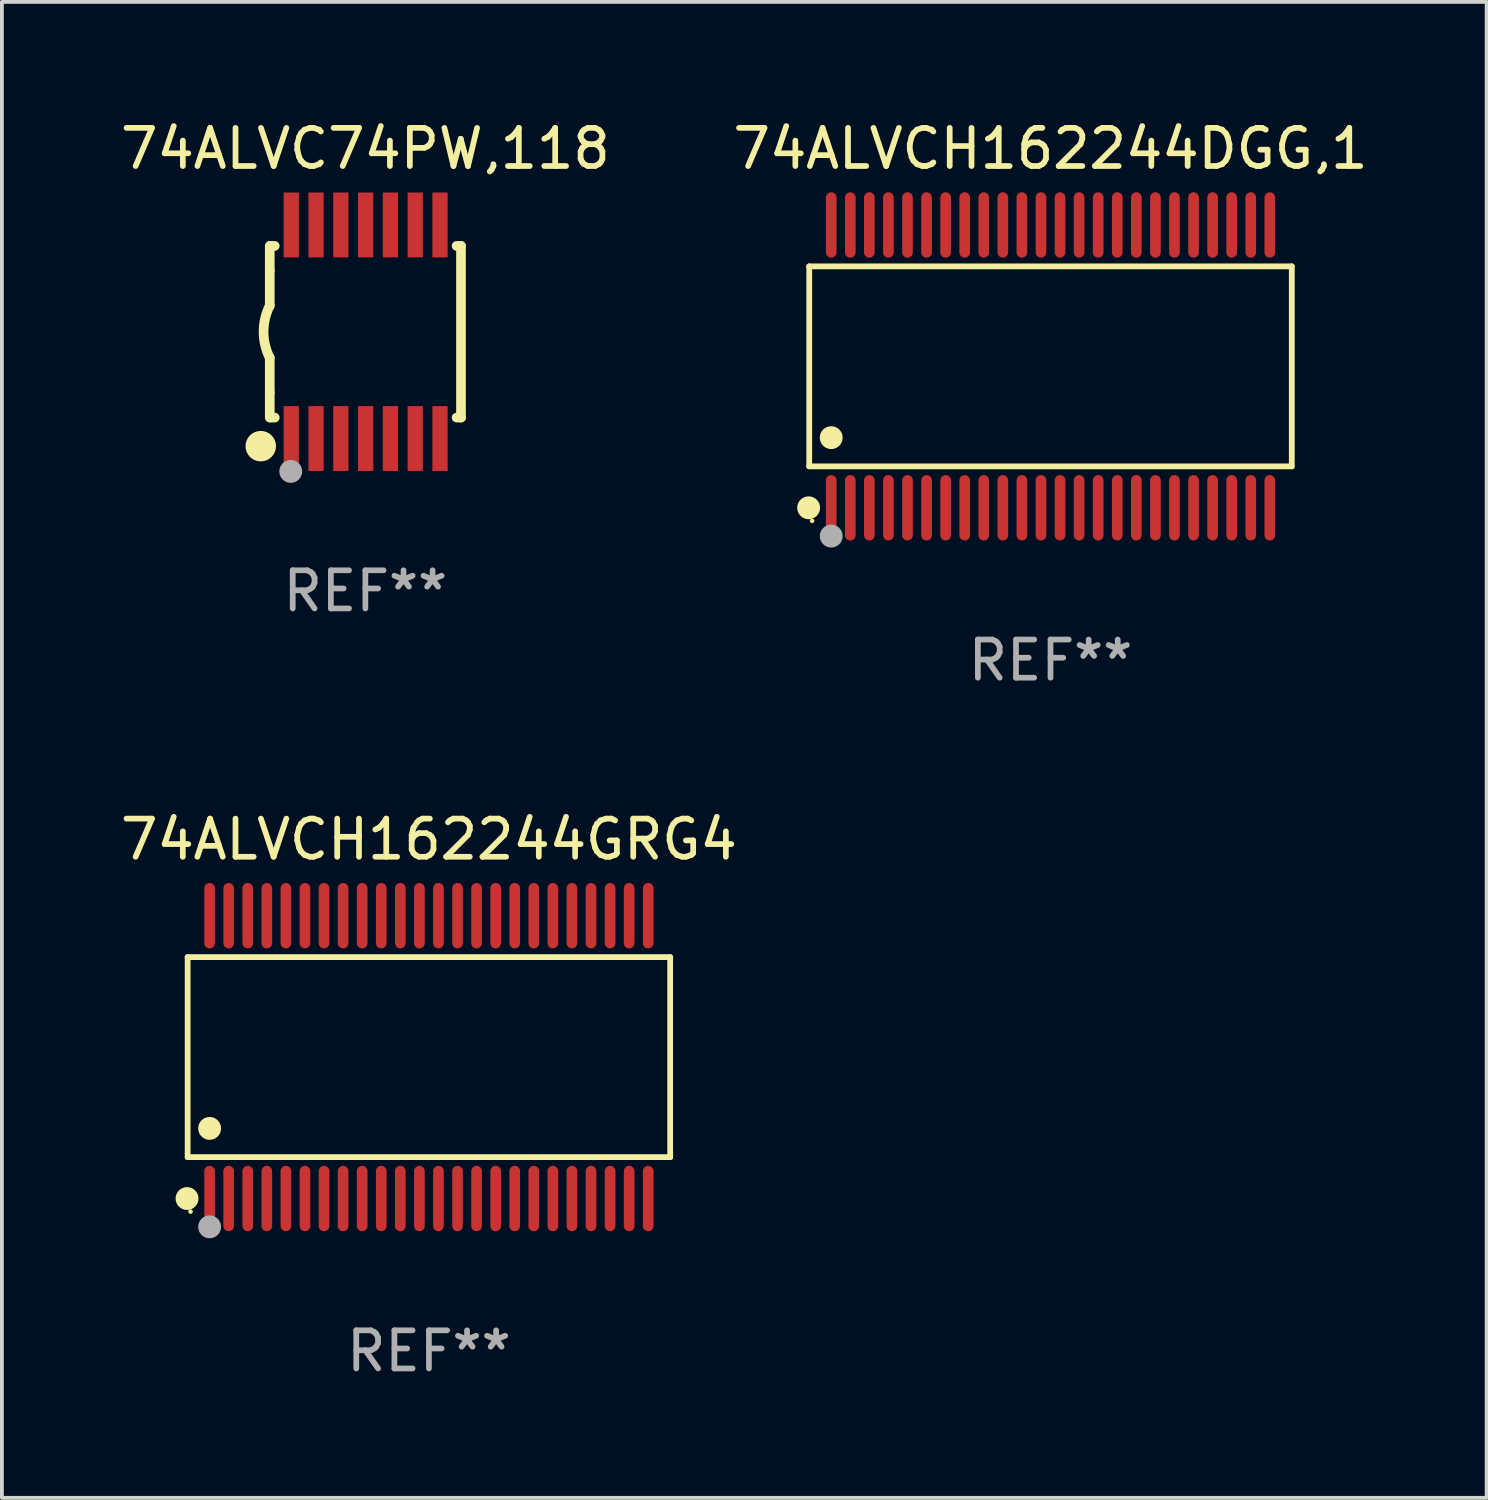
<source format=kicad_pcb>
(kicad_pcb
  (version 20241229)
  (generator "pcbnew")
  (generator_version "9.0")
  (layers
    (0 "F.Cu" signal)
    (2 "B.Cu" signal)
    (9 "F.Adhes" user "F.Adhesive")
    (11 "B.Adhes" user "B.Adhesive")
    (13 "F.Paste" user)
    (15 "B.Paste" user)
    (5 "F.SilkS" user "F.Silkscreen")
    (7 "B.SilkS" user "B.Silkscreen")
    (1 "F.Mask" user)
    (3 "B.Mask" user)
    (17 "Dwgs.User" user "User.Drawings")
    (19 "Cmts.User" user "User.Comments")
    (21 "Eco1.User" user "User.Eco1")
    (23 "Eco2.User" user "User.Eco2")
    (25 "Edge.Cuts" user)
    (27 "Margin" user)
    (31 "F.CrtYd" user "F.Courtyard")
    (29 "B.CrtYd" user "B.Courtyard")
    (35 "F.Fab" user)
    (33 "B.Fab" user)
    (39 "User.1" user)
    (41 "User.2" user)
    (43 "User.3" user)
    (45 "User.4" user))
  (footprint "74ALVC74PW,118"
    (layer "F.Cu")
    (at 6.53 5.648)
    (property "Reference" "74ALVC74PW,118" (at 0 -4.8 0) (layer "F.SilkS") (effects (font (size 1 1) (thickness 0.15))))
    (attr through_hole)
    (fp_line (start -2.507 -1.6) (end -2.507 -2.25) (stroke (width 0.254) (type solid)) (layer "F.SilkS"))
    (fp_line (start -2.507 -0.686) (end -2.507 -1.6) (stroke (width 0.254) (type solid)) (layer "F.SilkS"))
    (fp_line (start -2.507 1.6) (end -2.507 0.686) (stroke (width 0.254) (type solid)) (layer "F.SilkS"))
    (fp_line (start -2.507 1.6) (end -2.507 2.25) (stroke (width 0.254) (type solid)) (layer "F.SilkS"))
    (fp_line (start -2.493 -2.25) (end -2.377 -2.25) (stroke (width 0.254) (type solid)) (layer "F.SilkS"))
    (fp_line (start -2.377 2.25) (end -2.493 2.25) (stroke (width 0.254) (type solid)) (layer "F.SilkS"))
    (fp_line (start 2.392 -2.25) (end 2.507 -2.25) (stroke (width 0.254) (type solid)) (layer "F.SilkS"))
    (fp_line (start 2.507 -2.25) (end 2.507 2.25) (stroke (width 0.254) (type solid)) (layer "F.SilkS"))
    (fp_line (start 2.507 2.25) (end 2.392 2.25) (stroke (width 0.254) (type solid)) (layer "F.SilkS"))
    (fp_arc (start -2.507303 0.685802) (mid -2.669199 0) (end -2.507303 -0.685801) (stroke (width 0.254001) (type solid)) (layer "F.SilkS"))
    (fp_circle (center -2.743 3) (end -2.543 3) (stroke (width 0.4) (type solid)) (fill no) (layer "F.SilkS"))
    (fp_circle (center -2.493 3.2) (end -2.463 3.2) (stroke (width 0.06) (type solid)) (fill no) (layer "F.SilkS"))
    (fp_circle (center -1.957 3.662) (end -1.807 3.662) (stroke (width 0.3) (type solid)) (fill no) (layer "F.Fab"))
    (fp_text user "REF**" (at 0 6.8 0) (layer "F.Fab") (effects (font (size 1 1) (thickness 0.15))))
    (pad "1" smd rect (at -1.943 2.8) (size 0.4 1.7) (layers "F.Cu" "F.Mask" "F.Paste"))
    (pad "2" smd rect (at -1.293 2.8) (size 0.4 1.7) (layers "F.Cu" "F.Mask" "F.Paste"))
    (pad "3" smd rect (at -0.643 2.8) (size 0.4 1.7) (layers "F.Cu" "F.Mask" "F.Paste"))
    (pad "4" smd rect (at 0.007 2.8) (size 0.4 1.7) (layers "F.Cu" "F.Mask" "F.Paste"))
    (pad "5" smd rect (at 0.657 2.8) (size 0.4 1.7) (layers "F.Cu" "F.Mask" "F.Paste"))
    (pad "6" smd rect (at 1.307 2.8) (size 0.4 1.7) (layers "F.Cu" "F.Mask" "F.Paste"))
    (pad "7" smd rect (at 1.957 2.8) (size 0.4 1.7) (layers "F.Cu" "F.Mask" "F.Paste"))
    (pad "8" smd rect (at 1.957 -2.8) (size 0.4 1.7) (layers "F.Cu" "F.Mask" "F.Paste"))
    (pad "9" smd rect (at 1.307 -2.8) (size 0.4 1.7) (layers "F.Cu" "F.Mask" "F.Paste"))
    (pad "10" smd rect (at 0.657 -2.8) (size 0.4 1.7) (layers "F.Cu" "F.Mask" "F.Paste"))
    (pad "11" smd rect (at 0.007 -2.8) (size 0.4 1.7) (layers "F.Cu" "F.Mask" "F.Paste"))
    (pad "12" smd rect (at -0.643 -2.8) (size 0.4 1.7) (layers "F.Cu" "F.Mask" "F.Paste"))
    (pad "13" smd rect (at -1.293 -2.8) (size 0.4 1.7) (layers "F.Cu" "F.Mask" "F.Paste"))
    (pad "14" smd rect (at -1.943 -2.8) (size 0.4 1.7) (layers "F.Cu" "F.Mask" "F.Paste")))
  (footprint "74ALVCH162244GRG4"
    (layer "F.Cu")
    (at 8.196 24.667)
    (property "Reference" "74ALVCH162244GRG4" (at 0 -5.708 0) (layer "F.SilkS") (effects (font (size 1 1) (thickness 0.15))))
    (attr through_hole)
    (fp_line (start -6.326 -2.622) (end 6.326 -2.622) (stroke (width 0.152) (type solid)) (layer "F.SilkS"))
    (fp_line (start -6.326 2.621) (end -6.326 -2.622) (stroke (width 0.152) (type solid)) (layer "F.SilkS"))
    (fp_line (start 6.326 -2.622) (end 6.326 2.621) (stroke (width 0.152) (type solid)) (layer "F.SilkS"))
    (fp_line (start 6.326 2.621) (end -6.326 2.621) (stroke (width 0.152) (type solid)) (layer "F.SilkS"))
    (fp_circle (center -6.342 3.708) (end -6.192 3.708) (stroke (width 0.3) (type solid)) (fill no) (layer "F.SilkS"))
    (fp_circle (center -6.25 4.05) (end -6.22 4.05) (stroke (width 0.06) (type solid)) (fill no) (layer "F.SilkS"))
    (fp_circle (center -5.75 1.869) (end -5.6 1.869) (stroke (width 0.3) (type solid)) (fill no) (layer "F.SilkS"))
    (fp_circle (center -5.75 4.45) (end -5.6 4.45) (stroke (width 0.3) (type solid)) (fill no) (layer "F.Fab"))
    (fp_text user "REF**" (at 0 7.708 0) (layer "F.Fab") (effects (font (size 1 1) (thickness 0.15))))
    (pad "1" smd oval (at -5.75 3.708) (size 0.28 1.715) (layers "F.Cu" "F.Mask" "F.Paste"))
    (pad "2" smd oval (at -5.25 3.708) (size 0.28 1.715) (layers "F.Cu" "F.Mask" "F.Paste"))
    (pad "3" smd oval (at -4.75 3.708) (size 0.28 1.715) (layers "F.Cu" "F.Mask" "F.Paste"))
    (pad "4" smd oval (at -4.25 3.708) (size 0.28 1.715) (layers "F.Cu" "F.Mask" "F.Paste"))
    (pad "5" smd oval (at -3.75 3.708) (size 0.28 1.715) (layers "F.Cu" "F.Mask" "F.Paste"))
    (pad "6" smd oval (at -3.25 3.708) (size 0.28 1.715) (layers "F.Cu" "F.Mask" "F.Paste"))
    (pad "7" smd oval (at -2.75 3.708) (size 0.28 1.715) (layers "F.Cu" "F.Mask" "F.Paste"))
    (pad "8" smd oval (at -2.25 3.708) (size 0.28 1.715) (layers "F.Cu" "F.Mask" "F.Paste"))
    (pad "9" smd oval (at -1.75 3.708) (size 0.28 1.715) (layers "F.Cu" "F.Mask" "F.Paste"))
    (pad "10" smd oval (at -1.25 3.708) (size 0.28 1.715) (layers "F.Cu" "F.Mask" "F.Paste"))
    (pad "11" smd oval (at -0.75 3.708) (size 0.28 1.715) (layers "F.Cu" "F.Mask" "F.Paste"))
    (pad "12" smd oval (at -0.25 3.708) (size 0.28 1.715) (layers "F.Cu" "F.Mask" "F.Paste"))
    (pad "13" smd oval (at 0.25 3.708) (size 0.28 1.715) (layers "F.Cu" "F.Mask" "F.Paste"))
    (pad "14" smd oval (at 0.75 3.708) (size 0.28 1.715) (layers "F.Cu" "F.Mask" "F.Paste"))
    (pad "15" smd oval (at 1.25 3.708) (size 0.28 1.715) (layers "F.Cu" "F.Mask" "F.Paste"))
    (pad "16" smd oval (at 1.75 3.708) (size 0.28 1.715) (layers "F.Cu" "F.Mask" "F.Paste"))
    (pad "17" smd oval (at 2.25 3.708) (size 0.28 1.715) (layers "F.Cu" "F.Mask" "F.Paste"))
    (pad "18" smd oval (at 2.75 3.708) (size 0.28 1.715) (layers "F.Cu" "F.Mask" "F.Paste"))
    (pad "19" smd oval (at 3.25 3.708) (size 0.28 1.715) (layers "F.Cu" "F.Mask" "F.Paste"))
    (pad "20" smd oval (at 3.75 3.708) (size 0.28 1.715) (layers "F.Cu" "F.Mask" "F.Paste"))
    (pad "21" smd oval (at 4.25 3.708) (size 0.28 1.715) (layers "F.Cu" "F.Mask" "F.Paste"))
    (pad "22" smd oval (at 4.75 3.708) (size 0.28 1.715) (layers "F.Cu" "F.Mask" "F.Paste"))
    (pad "23" smd oval (at 5.25 3.708) (size 0.28 1.715) (layers "F.Cu" "F.Mask" "F.Paste"))
    (pad "24" smd oval (at 5.75 3.708) (size 0.28 1.715) (layers "F.Cu" "F.Mask" "F.Paste"))
    (pad "25" smd oval (at 5.75 -3.708) (size 0.28 1.715) (layers "F.Cu" "F.Mask" "F.Paste"))
    (pad "26" smd oval (at 5.25 -3.708) (size 0.28 1.715) (layers "F.Cu" "F.Mask" "F.Paste"))
    (pad "27" smd oval (at 4.75 -3.708) (size 0.28 1.715) (layers "F.Cu" "F.Mask" "F.Paste"))
    (pad "28" smd oval (at 4.25 -3.708) (size 0.28 1.715) (layers "F.Cu" "F.Mask" "F.Paste"))
    (pad "29" smd oval (at 3.75 -3.708) (size 0.28 1.715) (layers "F.Cu" "F.Mask" "F.Paste"))
    (pad "30" smd oval (at 3.25 -3.708) (size 0.28 1.715) (layers "F.Cu" "F.Mask" "F.Paste"))
    (pad "31" smd oval (at 2.75 -3.708) (size 0.28 1.715) (layers "F.Cu" "F.Mask" "F.Paste"))
    (pad "32" smd oval (at 2.25 -3.708) (size 0.28 1.715) (layers "F.Cu" "F.Mask" "F.Paste"))
    (pad "33" smd oval (at 1.75 -3.708) (size 0.28 1.715) (layers "F.Cu" "F.Mask" "F.Paste"))
    (pad "34" smd oval (at 1.25 -3.708) (size 0.28 1.715) (layers "F.Cu" "F.Mask" "F.Paste"))
    (pad "35" smd oval (at 0.75 -3.708) (size 0.28 1.715) (layers "F.Cu" "F.Mask" "F.Paste"))
    (pad "36" smd oval (at 0.25 -3.708) (size 0.28 1.715) (layers "F.Cu" "F.Mask" "F.Paste"))
    (pad "37" smd oval (at -0.25 -3.708) (size 0.28 1.715) (layers "F.Cu" "F.Mask" "F.Paste"))
    (pad "38" smd oval (at -0.75 -3.708) (size 0.28 1.715) (layers "F.Cu" "F.Mask" "F.Paste"))
    (pad "39" smd oval (at -1.25 -3.708) (size 0.28 1.715) (layers "F.Cu" "F.Mask" "F.Paste"))
    (pad "40" smd oval (at -1.75 -3.708) (size 0.28 1.715) (layers "F.Cu" "F.Mask" "F.Paste"))
    (pad "41" smd oval (at -2.25 -3.708) (size 0.28 1.715) (layers "F.Cu" "F.Mask" "F.Paste"))
    (pad "42" smd oval (at -2.75 -3.708) (size 0.28 1.715) (layers "F.Cu" "F.Mask" "F.Paste"))
    (pad "43" smd oval (at -3.25 -3.708) (size 0.28 1.715) (layers "F.Cu" "F.Mask" "F.Paste"))
    (pad "44" smd oval (at -3.75 -3.708) (size 0.28 1.715) (layers "F.Cu" "F.Mask" "F.Paste"))
    (pad "45" smd oval (at -4.25 -3.708) (size 0.28 1.715) (layers "F.Cu" "F.Mask" "F.Paste"))
    (pad "46" smd oval (at -4.75 -3.708) (size 0.28 1.715) (layers "F.Cu" "F.Mask" "F.Paste"))
    (pad "47" smd oval (at -5.25 -3.708) (size 0.28 1.715) (layers "F.Cu" "F.Mask" "F.Paste"))
    (pad "48" smd oval (at -5.75 -3.708) (size 0.28 1.715) (layers "F.Cu" "F.Mask" "F.Paste")))
  (footprint "74ALVCH162244DGG,1"
    (layer "F.Cu")
    (at 24.494 6.556)
    (property "Reference" "74ALVCH162244DGG,1" (at 0 -5.708 0) (layer "F.SilkS") (effects (font (size 1 1) (thickness 0.15))))
    (attr through_hole)
    (fp_line (start -6.326 -2.622) (end 6.326 -2.622) (stroke (width 0.152) (type solid)) (layer "F.SilkS"))
    (fp_line (start -6.326 2.621) (end -6.326 -2.622) (stroke (width 0.152) (type solid)) (layer "F.SilkS"))
    (fp_line (start 6.326 -2.622) (end 6.326 2.621) (stroke (width 0.152) (type solid)) (layer "F.SilkS"))
    (fp_line (start 6.326 2.621) (end -6.326 2.621) (stroke (width 0.152) (type solid)) (layer "F.SilkS"))
    (fp_circle (center -6.342 3.708) (end -6.192 3.708) (stroke (width 0.3) (type solid)) (fill no) (layer "F.SilkS"))
    (fp_circle (center -6.25 4.05) (end -6.22 4.05) (stroke (width 0.06) (type solid)) (fill no) (layer "F.SilkS"))
    (fp_circle (center -5.75 1.869) (end -5.6 1.869) (stroke (width 0.3) (type solid)) (fill no) (layer "F.SilkS"))
    (fp_circle (center -5.75 4.45) (end -5.6 4.45) (stroke (width 0.3) (type solid)) (fill no) (layer "F.Fab"))
    (fp_text user "REF**" (at 0 7.708 0) (layer "F.Fab") (effects (font (size 1 1) (thickness 0.15))))
    (pad "1" smd oval (at -5.75 3.708) (size 0.28 1.715) (layers "F.Cu" "F.Mask" "F.Paste"))
    (pad "2" smd oval (at -5.25 3.708) (size 0.28 1.715) (layers "F.Cu" "F.Mask" "F.Paste"))
    (pad "3" smd oval (at -4.75 3.708) (size 0.28 1.715) (layers "F.Cu" "F.Mask" "F.Paste"))
    (pad "4" smd oval (at -4.25 3.708) (size 0.28 1.715) (layers "F.Cu" "F.Mask" "F.Paste"))
    (pad "5" smd oval (at -3.75 3.708) (size 0.28 1.715) (layers "F.Cu" "F.Mask" "F.Paste"))
    (pad "6" smd oval (at -3.25 3.708) (size 0.28 1.715) (layers "F.Cu" "F.Mask" "F.Paste"))
    (pad "7" smd oval (at -2.75 3.708) (size 0.28 1.715) (layers "F.Cu" "F.Mask" "F.Paste"))
    (pad "8" smd oval (at -2.25 3.708) (size 0.28 1.715) (layers "F.Cu" "F.Mask" "F.Paste"))
    (pad "9" smd oval (at -1.75 3.708) (size 0.28 1.715) (layers "F.Cu" "F.Mask" "F.Paste"))
    (pad "10" smd oval (at -1.25 3.708) (size 0.28 1.715) (layers "F.Cu" "F.Mask" "F.Paste"))
    (pad "11" smd oval (at -0.75 3.708) (size 0.28 1.715) (layers "F.Cu" "F.Mask" "F.Paste"))
    (pad "12" smd oval (at -0.25 3.708) (size 0.28 1.715) (layers "F.Cu" "F.Mask" "F.Paste"))
    (pad "13" smd oval (at 0.25 3.708) (size 0.28 1.715) (layers "F.Cu" "F.Mask" "F.Paste"))
    (pad "14" smd oval (at 0.75 3.708) (size 0.28 1.715) (layers "F.Cu" "F.Mask" "F.Paste"))
    (pad "15" smd oval (at 1.25 3.708) (size 0.28 1.715) (layers "F.Cu" "F.Mask" "F.Paste"))
    (pad "16" smd oval (at 1.75 3.708) (size 0.28 1.715) (layers "F.Cu" "F.Mask" "F.Paste"))
    (pad "17" smd oval (at 2.25 3.708) (size 0.28 1.715) (layers "F.Cu" "F.Mask" "F.Paste"))
    (pad "18" smd oval (at 2.75 3.708) (size 0.28 1.715) (layers "F.Cu" "F.Mask" "F.Paste"))
    (pad "19" smd oval (at 3.25 3.708) (size 0.28 1.715) (layers "F.Cu" "F.Mask" "F.Paste"))
    (pad "20" smd oval (at 3.75 3.708) (size 0.28 1.715) (layers "F.Cu" "F.Mask" "F.Paste"))
    (pad "21" smd oval (at 4.25 3.708) (size 0.28 1.715) (layers "F.Cu" "F.Mask" "F.Paste"))
    (pad "22" smd oval (at 4.75 3.708) (size 0.28 1.715) (layers "F.Cu" "F.Mask" "F.Paste"))
    (pad "23" smd oval (at 5.25 3.708) (size 0.28 1.715) (layers "F.Cu" "F.Mask" "F.Paste"))
    (pad "24" smd oval (at 5.75 3.708) (size 0.28 1.715) (layers "F.Cu" "F.Mask" "F.Paste"))
    (pad "25" smd oval (at 5.75 -3.708) (size 0.28 1.715) (layers "F.Cu" "F.Mask" "F.Paste"))
    (pad "26" smd oval (at 5.25 -3.708) (size 0.28 1.715) (layers "F.Cu" "F.Mask" "F.Paste"))
    (pad "27" smd oval (at 4.75 -3.708) (size 0.28 1.715) (layers "F.Cu" "F.Mask" "F.Paste"))
    (pad "28" smd oval (at 4.25 -3.708) (size 0.28 1.715) (layers "F.Cu" "F.Mask" "F.Paste"))
    (pad "29" smd oval (at 3.75 -3.708) (size 0.28 1.715) (layers "F.Cu" "F.Mask" "F.Paste"))
    (pad "30" smd oval (at 3.25 -3.708) (size 0.28 1.715) (layers "F.Cu" "F.Mask" "F.Paste"))
    (pad "31" smd oval (at 2.75 -3.708) (size 0.28 1.715) (layers "F.Cu" "F.Mask" "F.Paste"))
    (pad "32" smd oval (at 2.25 -3.708) (size 0.28 1.715) (layers "F.Cu" "F.Mask" "F.Paste"))
    (pad "33" smd oval (at 1.75 -3.708) (size 0.28 1.715) (layers "F.Cu" "F.Mask" "F.Paste"))
    (pad "34" smd oval (at 1.25 -3.708) (size 0.28 1.715) (layers "F.Cu" "F.Mask" "F.Paste"))
    (pad "35" smd oval (at 0.75 -3.708) (size 0.28 1.715) (layers "F.Cu" "F.Mask" "F.Paste"))
    (pad "36" smd oval (at 0.25 -3.708) (size 0.28 1.715) (layers "F.Cu" "F.Mask" "F.Paste"))
    (pad "37" smd oval (at -0.25 -3.708) (size 0.28 1.715) (layers "F.Cu" "F.Mask" "F.Paste"))
    (pad "38" smd oval (at -0.75 -3.708) (size 0.28 1.715) (layers "F.Cu" "F.Mask" "F.Paste"))
    (pad "39" smd oval (at -1.25 -3.708) (size 0.28 1.715) (layers "F.Cu" "F.Mask" "F.Paste"))
    (pad "40" smd oval (at -1.75 -3.708) (size 0.28 1.715) (layers "F.Cu" "F.Mask" "F.Paste"))
    (pad "41" smd oval (at -2.25 -3.708) (size 0.28 1.715) (layers "F.Cu" "F.Mask" "F.Paste"))
    (pad "42" smd oval (at -2.75 -3.708) (size 0.28 1.715) (layers "F.Cu" "F.Mask" "F.Paste"))
    (pad "43" smd oval (at -3.25 -3.708) (size 0.28 1.715) (layers "F.Cu" "F.Mask" "F.Paste"))
    (pad "44" smd oval (at -3.75 -3.708) (size 0.28 1.715) (layers "F.Cu" "F.Mask" "F.Paste"))
    (pad "45" smd oval (at -4.25 -3.708) (size 0.28 1.715) (layers "F.Cu" "F.Mask" "F.Paste"))
    (pad "46" smd oval (at -4.75 -3.708) (size 0.28 1.715) (layers "F.Cu" "F.Mask" "F.Paste"))
    (pad "47" smd oval (at -5.25 -3.708) (size 0.28 1.715) (layers "F.Cu" "F.Mask" "F.Paste"))
    (pad "48" smd oval (at -5.75 -3.708) (size 0.28 1.715) (layers "F.Cu" "F.Mask" "F.Paste")))
  (gr_rect
    (start -3 -3)
    (end 35.929 36.223)
    (stroke (width 0.1) (type default))
    (fill no)
    (layer "Edge.Cuts")))
</source>
